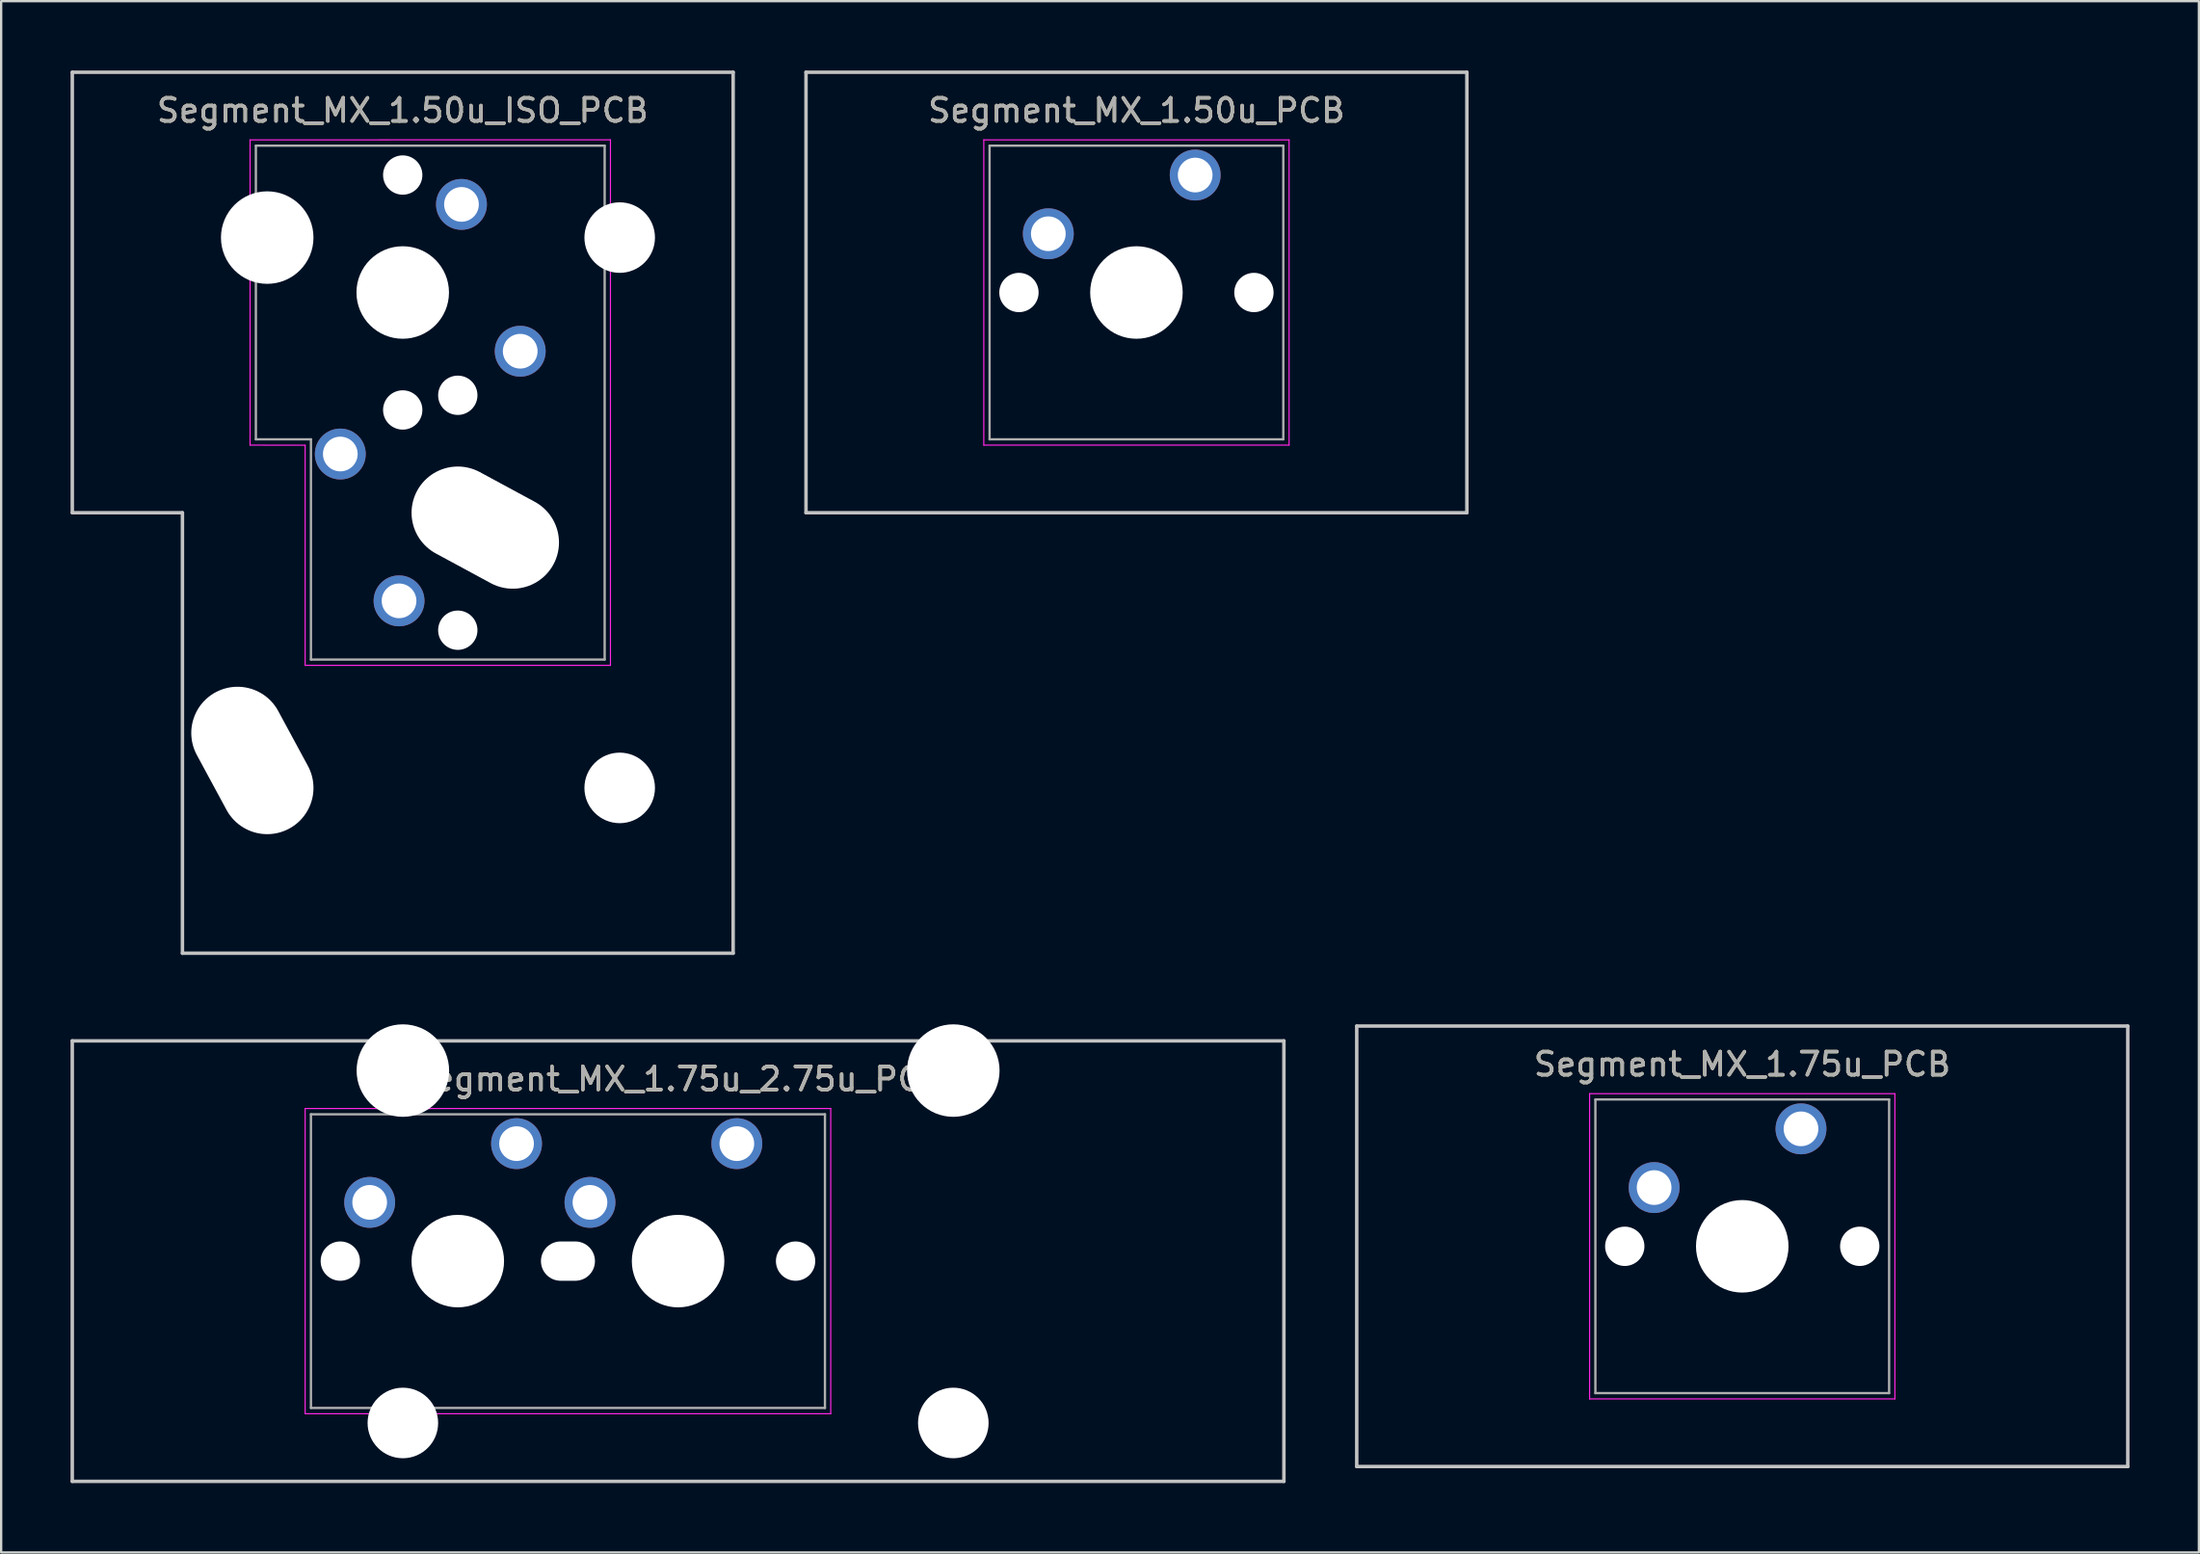
<source format=kicad_pcb>
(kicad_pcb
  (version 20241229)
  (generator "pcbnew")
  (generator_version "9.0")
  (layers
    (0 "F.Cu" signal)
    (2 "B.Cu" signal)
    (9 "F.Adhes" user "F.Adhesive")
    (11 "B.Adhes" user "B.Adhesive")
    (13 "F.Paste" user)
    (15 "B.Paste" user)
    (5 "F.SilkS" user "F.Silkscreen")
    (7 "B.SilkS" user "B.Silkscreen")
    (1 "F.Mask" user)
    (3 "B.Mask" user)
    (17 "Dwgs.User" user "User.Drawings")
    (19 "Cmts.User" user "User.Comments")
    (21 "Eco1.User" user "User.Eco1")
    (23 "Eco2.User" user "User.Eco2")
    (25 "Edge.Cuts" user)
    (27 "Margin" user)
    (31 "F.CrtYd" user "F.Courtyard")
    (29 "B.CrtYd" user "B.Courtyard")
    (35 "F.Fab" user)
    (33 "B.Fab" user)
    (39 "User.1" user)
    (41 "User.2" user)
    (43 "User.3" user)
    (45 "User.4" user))
  (footprint "Segment_MX_1.50u_PCB"
    (layer "F.Cu")
    (at 46.087 9.6)
    (property "Reference" "Segment_MX_1.50u_PCB" (at 0 -7.874 0) (layer "F.SilkS") (effects (font (size 1 1) (thickness 0.15))))
    (attr through_hole)
    (fp_line (start -14.287 -9.525) (end 14.287 -9.525) (stroke (width 0.15) (type solid)) (layer "Dwgs.User"))
    (fp_line (start -14.287 9.525) (end -14.287 -9.525) (stroke (width 0.15) (type solid)) (layer "Dwgs.User"))
    (fp_line (start 14.287 -9.525) (end 14.287 9.525) (stroke (width 0.15) (type solid)) (layer "Dwgs.User"))
    (fp_line (start 14.287 9.525) (end -14.287 9.525) (stroke (width 0.15) (type solid)) (layer "Dwgs.User"))
    (fp_line (start -6.6 -6.6) (end 6.6 -6.6) (stroke (width 0.05) (type solid)) (layer "F.CrtYd"))
    (fp_line (start -6.6 6.6) (end -6.6 -6.6) (stroke (width 0.05) (type solid)) (layer "F.CrtYd"))
    (fp_line (start 6.6 -6.6) (end 6.6 6.6) (stroke (width 0.05) (type solid)) (layer "F.CrtYd"))
    (fp_line (start 6.6 6.6) (end -6.6 6.6) (stroke (width 0.05) (type solid)) (layer "F.CrtYd"))
    (fp_line (start -6.35 -6.35) (end 6.35 -6.35) (stroke (width 0.1) (type solid)) (layer "F.Fab"))
    (fp_line (start -6.35 6.35) (end -6.35 -6.35) (stroke (width 0.1) (type solid)) (layer "F.Fab"))
    (fp_line (start 6.35 -6.35) (end 6.35 6.35) (stroke (width 0.1) (type solid)) (layer "F.Fab"))
    (fp_line (start 6.35 6.35) (end -6.35 6.35) (stroke (width 0.1) (type solid)) (layer "F.Fab"))
    (fp_text user "${REFERENCE}" (at 0 -7.874 0) (layer "F.Fab") (effects (font (size 1 1) (thickness 0.15))))
    (pad "" np_thru_hole circle (at -5.08 0) (size 1.7 1.7) (drill 1.7) (layers "*.Cu" "*.Mask"))
    (pad "" np_thru_hole circle (at 0 0) (size 4 4) (drill 4) (layers "*.Cu" "*.Mask"))
    (pad "" np_thru_hole circle (at 5.08 0) (size 1.7 1.7) (drill 1.7) (layers "*.Cu" "*.Mask"))
    (pad "1" thru_hole circle (at 2.54 -5.08) (size 2.2 2.2) (drill 1.5) (layers "*.Cu" "*.Mask"))
    (pad "2" thru_hole circle (at -3.81 -2.54) (size 2.2 2.2) (drill 1.5) (layers "*.Cu" "*.Mask")))
  (footprint "Segment_MX_1.50u_ISO_PCB"
    (layer "F.Cu")
    (at 14.363 9.6)
    (property "Reference" "Segment_MX_1.50u_ISO_PCB" (at 0 -7.874 0) (layer "F.SilkS") (effects (font (size 1 1) (thickness 0.15))))
    (attr through_hole)
    (fp_line (start -14.287 -9.525) (end 14.287 -9.525) (stroke (width 0.15) (type solid)) (layer "Dwgs.User"))
    (fp_line (start -14.287 9.525) (end -14.287 -9.525) (stroke (width 0.15) (type solid)) (layer "Dwgs.User"))
    (fp_line (start -9.525 9.525) (end -14.287 9.525) (stroke (width 0.15) (type solid)) (layer "Dwgs.User"))
    (fp_line (start -9.525 28.575) (end -9.525 9.525) (stroke (width 0.15) (type solid)) (layer "Dwgs.User"))
    (fp_line (start 14.287 -9.525) (end 14.287 28.575) (stroke (width 0.15) (type solid)) (layer "Dwgs.User"))
    (fp_line (start 14.287 28.575) (end -9.525 28.575) (stroke (width 0.15) (type solid)) (layer "Dwgs.User"))
    (fp_line (start -6.6 -6.6) (end 8.981 -6.604) (stroke (width 0.05) (type solid)) (layer "F.CrtYd"))
    (fp_line (start -6.6 6.6) (end -6.6 -6.6) (stroke (width 0.05) (type solid)) (layer "F.CrtYd"))
    (fp_line (start -4.219 6.604) (end -6.6 6.6) (stroke (width 0.05) (type solid)) (layer "F.CrtYd"))
    (fp_line (start -4.219 16.125) (end -4.219 6.604) (stroke (width 0.05) (type solid)) (layer "F.CrtYd"))
    (fp_line (start 8.981 -6.604) (end 8.981 16.125) (stroke (width 0.05) (type solid)) (layer "F.CrtYd"))
    (fp_line (start 8.981 16.125) (end -4.219 16.125) (stroke (width 0.05) (type solid)) (layer "F.CrtYd"))
    (fp_line (start -6.35 -6.35) (end 8.731 -6.35) (stroke (width 0.1) (type solid)) (layer "F.Fab"))
    (fp_line (start -6.35 6.35) (end -6.35 -6.35) (stroke (width 0.1) (type solid)) (layer "F.Fab"))
    (fp_line (start -3.969 6.35) (end -6.35 6.35) (stroke (width 0.1) (type solid)) (layer "F.Fab"))
    (fp_line (start -3.969 15.875) (end -3.969 6.35) (stroke (width 0.1) (type solid)) (layer "F.Fab"))
    (fp_line (start 8.731 -6.35) (end 8.731 15.875) (stroke (width 0.1) (type solid)) (layer "F.Fab"))
    (fp_line (start 8.731 15.875) (end -3.969 15.875) (stroke (width 0.1) (type solid)) (layer "F.Fab"))
    (fp_text user "${REFERENCE}" (at 0 -7.874 0) (layer "F.Fab") (effects (font (size 1 1) (thickness 0.15))))
    (pad "" np_thru_hole oval (at -6.501 20.238 298.4) (size 6.7 4) (drill oval 6.7 4) (layers "*.Cu" "*.Mask"))
    (pad "" np_thru_hole circle (at -5.859 -2.375 180) (size 4 4) (drill 4) (layers "*.Cu" "*.Mask"))
    (pad "" np_thru_hole circle (at 0 -5.08 270) (size 1.7 1.7) (drill 1.7) (layers "*.Cu" "*.Mask"))
    (pad "" np_thru_hole circle (at 0 0 270) (size 4 4) (drill 4) (layers "*.Cu" "*.Mask"))
    (pad "" np_thru_hole circle (at 0 5.08 270) (size 1.7 1.7) (drill 1.7) (layers "*.Cu" "*.Mask"))
    (pad "" np_thru_hole circle (at 2.381 4.445 90) (size 1.7 1.7) (drill 1.7) (layers "*.Cu" "*.Mask"))
    (pad "" np_thru_hole circle (at 2.381 14.605 90) (size 1.7 1.7) (drill 1.7) (layers "*.Cu" "*.Mask"))
    (pad "" np_thru_hole oval (at 3.569 10.168 331.6) (size 6.7 4) (drill oval 6.7 4) (layers "*.Cu" "*.Mask"))
    (pad "" np_thru_hole circle (at 9.381 -2.375 180) (size 3.05 3.05) (drill 3.05) (layers "*.Cu" "*.Mask"))
    (pad "" np_thru_hole circle (at 9.381 21.425 180) (size 3.05 3.05) (drill 3.05) (layers "*.Cu" "*.Mask"))
    (pad "1" thru_hole circle (at -2.699 6.985 90) (size 2.2 2.2) (drill 1.5) (layers "*.Cu" "*.Mask"))
    (pad "1" thru_hole circle (at 2.54 -3.81 270) (size 2.2 2.2) (drill 1.5) (layers "*.Cu" "*.Mask"))
    (pad "2" thru_hole circle (at -0.159 13.335 180) (size 2.2 2.2) (drill 1.5) (layers "*.Cu" "*.Mask"))
    (pad "2" thru_hole circle (at 5.08 2.54 270) (size 2.2 2.2) (drill 1.5) (layers "*.Cu" "*.Mask")))
  (footprint "Segment_MX_1.75u_2.75u_PCB"
    (layer "F.Cu")
    (at 16.744 51.49)
    (property "Reference" "Segment_MX_1.75u_2.75u_PCB" (at 9.525 -7.874 0) (layer "F.SilkS") (effects (font (size 1 1) (thickness 0.15))))
    (attr through_hole)
    (fp_line (start -16.669 -9.525) (end 35.719 -9.525) (stroke (width 0.15) (type solid)) (layer "Dwgs.User"))
    (fp_line (start -16.669 9.525) (end -16.669 -9.525) (stroke (width 0.15) (type solid)) (layer "Dwgs.User"))
    (fp_line (start 35.719 -9.525) (end 35.719 9.525) (stroke (width 0.15) (type solid)) (layer "Dwgs.User"))
    (fp_line (start 35.719 9.525) (end -16.669 9.525) (stroke (width 0.15) (type solid)) (layer "Dwgs.User"))
    (fp_line (start -6.6 -6.6) (end 16.125 -6.6) (stroke (width 0.05) (type solid)) (layer "F.CrtYd"))
    (fp_line (start -6.6 6.6) (end -6.6 -6.6) (stroke (width 0.05) (type solid)) (layer "F.CrtYd"))
    (fp_line (start 16.125 -6.6) (end 16.125 6.6) (stroke (width 0.05) (type solid)) (layer "F.CrtYd"))
    (fp_line (start 16.125 6.6) (end -6.6 6.6) (stroke (width 0.05) (type solid)) (layer "F.CrtYd"))
    (fp_line (start -6.35 -6.35) (end 15.875 -6.35) (stroke (width 0.1) (type solid)) (layer "F.Fab"))
    (fp_line (start -6.35 6.35) (end -6.35 -6.35) (stroke (width 0.1) (type solid)) (layer "F.Fab"))
    (fp_line (start 15.875 -6.35) (end 15.875 6.35) (stroke (width 0.1) (type solid)) (layer "F.Fab"))
    (fp_line (start 15.875 6.35) (end -6.35 6.35) (stroke (width 0.1) (type solid)) (layer "F.Fab"))
    (fp_text user "${REFERENCE}" (at 9.525 -7.874 0) (layer "F.Fab") (effects (font (size 1 1) (thickness 0.15))))
    (pad "" np_thru_hole circle (at -5.08 0) (size 1.7 1.7) (drill 1.7) (layers "*.Cu" "*.Mask"))
    (pad "" np_thru_hole circle (at -2.375 -8.24 180) (size 4 4) (drill 4) (layers "*.Cu" "*.Mask"))
    (pad "" np_thru_hole circle (at -2.375 7 180) (size 3.05 3.05) (drill 3.05) (layers "*.Cu" "*.Mask"))
    (pad "" np_thru_hole circle (at 0 0) (size 4 4) (drill 4) (layers "*.Cu" "*.Mask"))
    (pad "" np_thru_hole oval (at 4.763 0) (size 2.335 1.7) (drill oval 2.335 1.7) (layers "*.Cu" "*.Mask"))
    (pad "" np_thru_hole circle (at 9.525 0) (size 4 4) (drill 4) (layers "*.Cu" "*.Mask"))
    (pad "" np_thru_hole circle (at 14.605 0) (size 1.7 1.7) (drill 1.7) (layers "*.Cu" "*.Mask"))
    (pad "" np_thru_hole circle (at 21.425 -8.24 180) (size 4 4) (drill 4) (layers "*.Cu" "*.Mask"))
    (pad "" np_thru_hole circle (at 21.425 7 180) (size 3.05 3.05) (drill 3.05) (layers "*.Cu" "*.Mask"))
    (pad "1" thru_hole circle (at -3.81 -2.54) (size 2.2 2.2) (drill 1.5) (layers "*.Cu" "*.Mask"))
    (pad "1" thru_hole circle (at 5.715 -2.54) (size 2.2 2.2) (drill 1.5) (layers "*.Cu" "*.Mask"))
    (pad "2" thru_hole circle (at 2.54 -5.08) (size 2.2 2.2) (drill 1.5) (layers "*.Cu" "*.Mask"))
    (pad "2" thru_hole circle (at 12.065 -5.08) (size 2.2 2.2) (drill 1.5) (layers "*.Cu" "*.Mask")))
  (footprint "Segment_MX_1.75u_PCB"
    (layer "F.Cu")
    (at 72.281 50.85)
    (property "Reference" "Segment_MX_1.75u_PCB" (at 0 -7.874 0) (layer "F.SilkS") (effects (font (size 1 1) (thickness 0.15))))
    (attr through_hole)
    (fp_line (start -16.669 -9.525) (end 16.669 -9.525) (stroke (width 0.15) (type solid)) (layer "Dwgs.User"))
    (fp_line (start -16.669 9.525) (end -16.669 -9.525) (stroke (width 0.15) (type solid)) (layer "Dwgs.User"))
    (fp_line (start 16.669 -9.525) (end 16.669 9.525) (stroke (width 0.15) (type solid)) (layer "Dwgs.User"))
    (fp_line (start 16.669 9.525) (end -16.669 9.525) (stroke (width 0.15) (type solid)) (layer "Dwgs.User"))
    (fp_line (start -6.6 -6.6) (end 6.6 -6.6) (stroke (width 0.05) (type solid)) (layer "F.CrtYd"))
    (fp_line (start -6.6 6.6) (end -6.6 -6.6) (stroke (width 0.05) (type solid)) (layer "F.CrtYd"))
    (fp_line (start 6.6 -6.6) (end 6.6 6.6) (stroke (width 0.05) (type solid)) (layer "F.CrtYd"))
    (fp_line (start 6.6 6.6) (end -6.6 6.6) (stroke (width 0.05) (type solid)) (layer "F.CrtYd"))
    (fp_line (start -6.35 -6.35) (end 6.35 -6.35) (stroke (width 0.1) (type solid)) (layer "F.Fab"))
    (fp_line (start -6.35 6.35) (end -6.35 -6.35) (stroke (width 0.1) (type solid)) (layer "F.Fab"))
    (fp_line (start 6.35 -6.35) (end 6.35 6.35) (stroke (width 0.1) (type solid)) (layer "F.Fab"))
    (fp_line (start 6.35 6.35) (end -6.35 6.35) (stroke (width 0.1) (type solid)) (layer "F.Fab"))
    (fp_text user "${REFERENCE}" (at 0 -7.874 0) (layer "F.Fab") (effects (font (size 1 1) (thickness 0.15))))
    (pad "" np_thru_hole circle (at -5.08 0) (size 1.7 1.7) (drill 1.7) (layers "*.Cu" "*.Mask"))
    (pad "" np_thru_hole circle (at 0 0) (size 4 4) (drill 4) (layers "*.Cu" "*.Mask"))
    (pad "" np_thru_hole circle (at 5.08 0) (size 1.7 1.7) (drill 1.7) (layers "*.Cu" "*.Mask"))
    (pad "1" thru_hole circle (at 2.54 -5.08) (size 2.2 2.2) (drill 1.5) (layers "*.Cu" "*.Mask"))
    (pad "2" thru_hole circle (at -3.81 -2.54) (size 2.2 2.2) (drill 1.5) (layers "*.Cu" "*.Mask")))
  (gr_rect
    (start -3 -3)
    (end 92.025 64.09)
    (stroke (width 0.1) (type default))
    (fill no)
    (layer "Edge.Cuts")))
</source>
